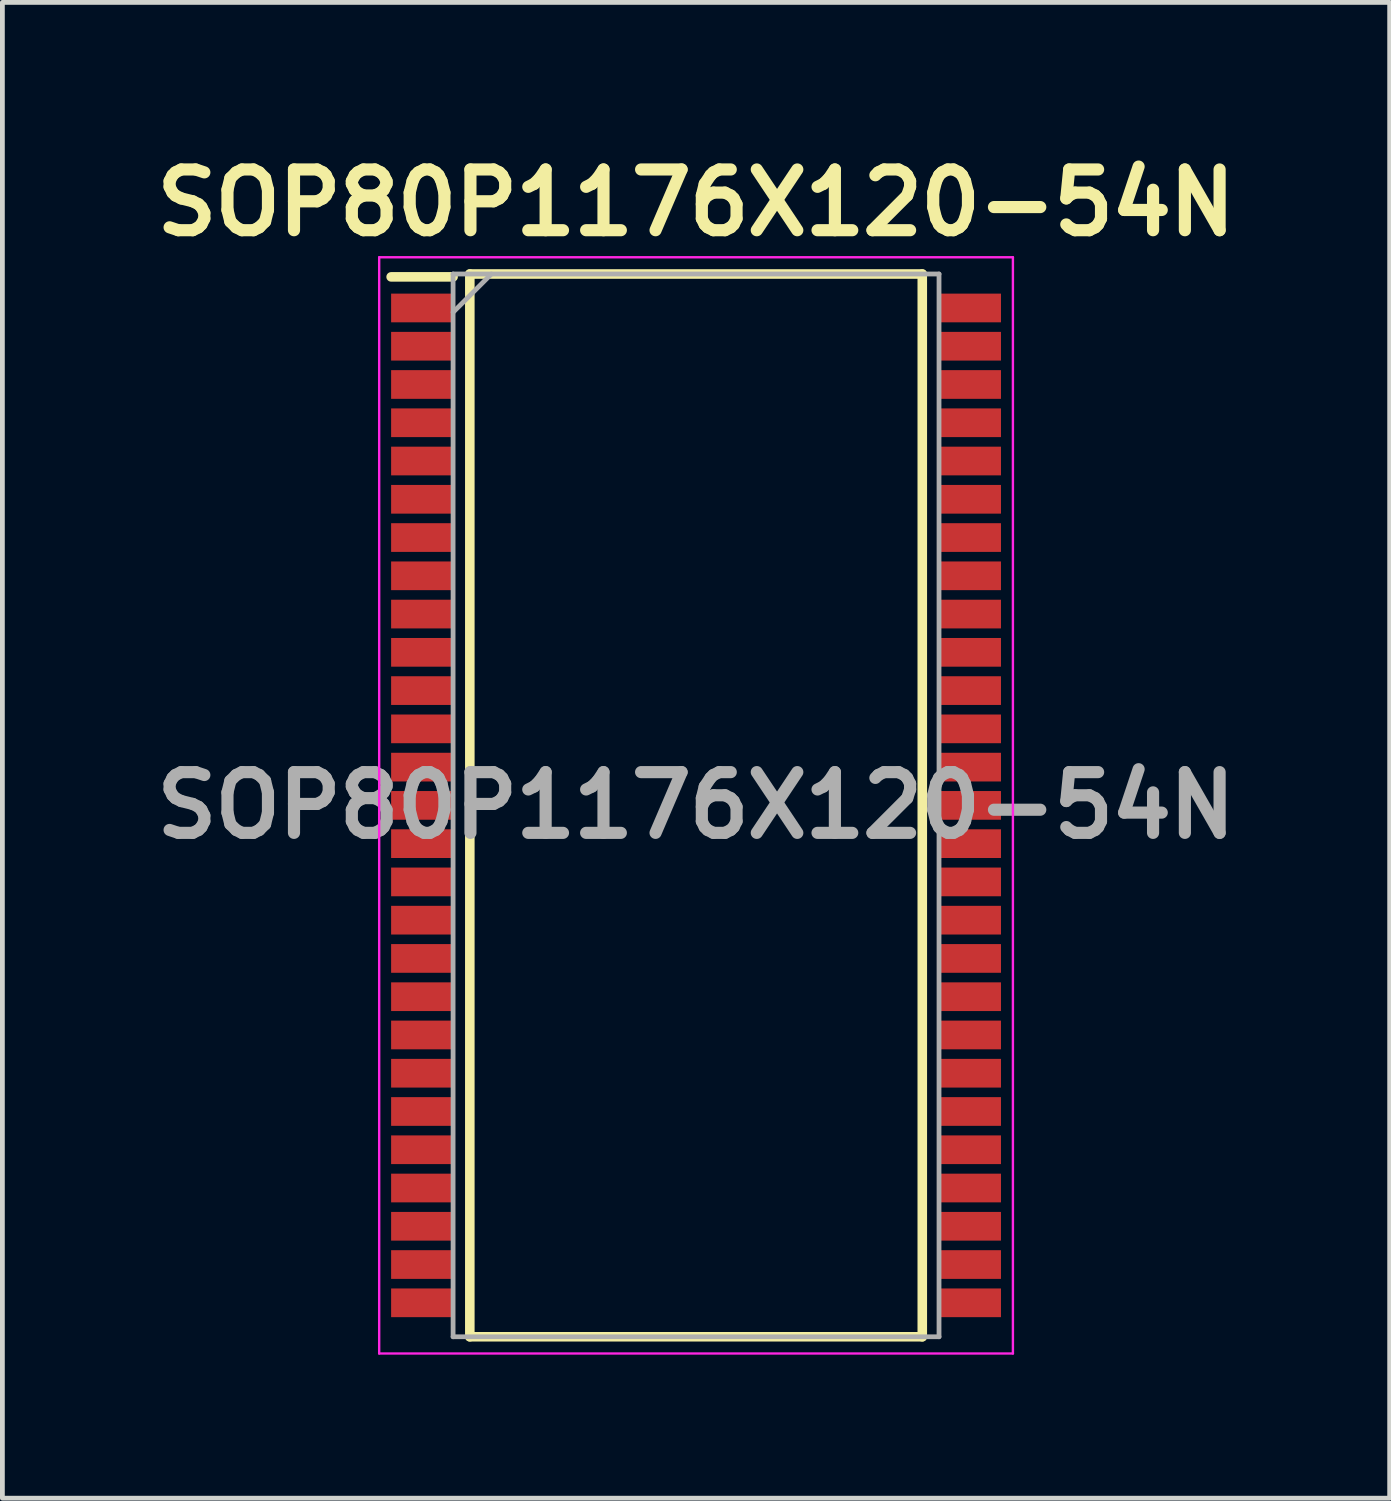
<source format=kicad_pcb>
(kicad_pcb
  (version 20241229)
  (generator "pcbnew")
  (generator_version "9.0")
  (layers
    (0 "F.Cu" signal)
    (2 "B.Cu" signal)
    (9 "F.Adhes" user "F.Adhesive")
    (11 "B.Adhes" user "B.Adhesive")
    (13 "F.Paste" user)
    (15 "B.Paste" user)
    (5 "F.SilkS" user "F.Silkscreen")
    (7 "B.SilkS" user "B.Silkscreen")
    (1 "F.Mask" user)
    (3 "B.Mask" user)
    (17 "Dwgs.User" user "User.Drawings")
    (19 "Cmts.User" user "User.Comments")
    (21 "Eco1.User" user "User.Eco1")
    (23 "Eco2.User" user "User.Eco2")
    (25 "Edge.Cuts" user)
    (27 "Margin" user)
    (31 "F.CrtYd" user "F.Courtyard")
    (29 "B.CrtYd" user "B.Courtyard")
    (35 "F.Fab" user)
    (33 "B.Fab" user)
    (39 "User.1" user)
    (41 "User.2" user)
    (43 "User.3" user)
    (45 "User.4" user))
  (footprint "SOP80P1176X120-54N"
    (layer "F.Cu")
    (at 11.503 13.789)
    (property "Reference" "SOP80P1176X120-54N" (at 0 -12.6 0) (layer "F.SilkS") (effects (font (size 1.27 1.27) (thickness 0.254))))
    (attr smd)
    (fp_line (start -6.375 -11.05) (end -5.08 -11.05) (stroke (width 0.2) (type solid)) (layer "F.SilkS"))
    (fp_line (start -4.73 -11.11) (end 4.73 -11.11) (stroke (width 0.2) (type solid)) (layer "F.SilkS"))
    (fp_line (start -4.73 11.11) (end -4.73 -11.11) (stroke (width 0.2) (type solid)) (layer "F.SilkS"))
    (fp_line (start 4.73 -11.11) (end 4.73 11.11) (stroke (width 0.2) (type solid)) (layer "F.SilkS"))
    (fp_line (start 4.73 11.11) (end -4.73 11.11) (stroke (width 0.2) (type solid)) (layer "F.SilkS"))
    (fp_line (start -6.625 -11.46) (end 6.625 -11.46) (stroke (width 0.05) (type solid)) (layer "F.CrtYd"))
    (fp_line (start -6.625 11.46) (end -6.625 -11.46) (stroke (width 0.05) (type solid)) (layer "F.CrtYd"))
    (fp_line (start 6.625 -11.46) (end 6.625 11.46) (stroke (width 0.05) (type solid)) (layer "F.CrtYd"))
    (fp_line (start 6.625 11.46) (end -6.625 11.46) (stroke (width 0.05) (type solid)) (layer "F.CrtYd"))
    (fp_line (start -5.08 -11.11) (end 5.08 -11.11) (stroke (width 0.1) (type solid)) (layer "F.Fab"))
    (fp_line (start -5.08 -10.31) (end -4.28 -11.11) (stroke (width 0.1) (type solid)) (layer "F.Fab"))
    (fp_line (start -5.08 11.11) (end -5.08 -11.11) (stroke (width 0.1) (type solid)) (layer "F.Fab"))
    (fp_line (start 5.08 -11.11) (end 5.08 11.11) (stroke (width 0.1) (type solid)) (layer "F.Fab"))
    (fp_line (start 5.08 11.11) (end -5.08 11.11) (stroke (width 0.1) (type solid)) (layer "F.Fab"))
    (fp_text user "${REFERENCE}" (at 0 0 0) (layer "F.Fab") (effects (font (size 1.27 1.27) (thickness 0.254))))
    (pad "1" smd rect (at -5.728 -10.4 90) (size 0.6 1.295) (layers "F.Cu" "F.Mask" "F.Paste"))
    (pad "2" smd rect (at -5.728 -9.6 90) (size 0.6 1.295) (layers "F.Cu" "F.Mask" "F.Paste"))
    (pad "3" smd rect (at -5.728 -8.8 90) (size 0.6 1.295) (layers "F.Cu" "F.Mask" "F.Paste"))
    (pad "4" smd rect (at -5.728 -8 90) (size 0.6 1.295) (layers "F.Cu" "F.Mask" "F.Paste"))
    (pad "5" smd rect (at -5.728 -7.2 90) (size 0.6 1.295) (layers "F.Cu" "F.Mask" "F.Paste"))
    (pad "6" smd rect (at -5.728 -6.4 90) (size 0.6 1.295) (layers "F.Cu" "F.Mask" "F.Paste"))
    (pad "7" smd rect (at -5.728 -5.6 90) (size 0.6 1.295) (layers "F.Cu" "F.Mask" "F.Paste"))
    (pad "8" smd rect (at -5.728 -4.8 90) (size 0.6 1.295) (layers "F.Cu" "F.Mask" "F.Paste"))
    (pad "9" smd rect (at -5.728 -4 90) (size 0.6 1.295) (layers "F.Cu" "F.Mask" "F.Paste"))
    (pad "10" smd rect (at -5.728 -3.2 90) (size 0.6 1.295) (layers "F.Cu" "F.Mask" "F.Paste"))
    (pad "11" smd rect (at -5.728 -2.4 90) (size 0.6 1.295) (layers "F.Cu" "F.Mask" "F.Paste"))
    (pad "12" smd rect (at -5.728 -1.6 90) (size 0.6 1.295) (layers "F.Cu" "F.Mask" "F.Paste"))
    (pad "13" smd rect (at -5.728 -0.8 90) (size 0.6 1.295) (layers "F.Cu" "F.Mask" "F.Paste"))
    (pad "14" smd rect (at -5.728 0 90) (size 0.6 1.295) (layers "F.Cu" "F.Mask" "F.Paste"))
    (pad "15" smd rect (at -5.728 0.8 90) (size 0.6 1.295) (layers "F.Cu" "F.Mask" "F.Paste"))
    (pad "16" smd rect (at -5.728 1.6 90) (size 0.6 1.295) (layers "F.Cu" "F.Mask" "F.Paste"))
    (pad "17" smd rect (at -5.728 2.4 90) (size 0.6 1.295) (layers "F.Cu" "F.Mask" "F.Paste"))
    (pad "18" smd rect (at -5.728 3.2 90) (size 0.6 1.295) (layers "F.Cu" "F.Mask" "F.Paste"))
    (pad "19" smd rect (at -5.728 4 90) (size 0.6 1.295) (layers "F.Cu" "F.Mask" "F.Paste"))
    (pad "20" smd rect (at -5.728 4.8 90) (size 0.6 1.295) (layers "F.Cu" "F.Mask" "F.Paste"))
    (pad "21" smd rect (at -5.728 5.6 90) (size 0.6 1.295) (layers "F.Cu" "F.Mask" "F.Paste"))
    (pad "22" smd rect (at -5.728 6.4 90) (size 0.6 1.295) (layers "F.Cu" "F.Mask" "F.Paste"))
    (pad "23" smd rect (at -5.728 7.2 90) (size 0.6 1.295) (layers "F.Cu" "F.Mask" "F.Paste"))
    (pad "24" smd rect (at -5.728 8 90) (size 0.6 1.295) (layers "F.Cu" "F.Mask" "F.Paste"))
    (pad "25" smd rect (at -5.728 8.8 90) (size 0.6 1.295) (layers "F.Cu" "F.Mask" "F.Paste"))
    (pad "26" smd rect (at -5.728 9.6 90) (size 0.6 1.295) (layers "F.Cu" "F.Mask" "F.Paste"))
    (pad "27" smd rect (at -5.728 10.4 90) (size 0.6 1.295) (layers "F.Cu" "F.Mask" "F.Paste"))
    (pad "28" smd rect (at 5.728 10.4 90) (size 0.6 1.295) (layers "F.Cu" "F.Mask" "F.Paste"))
    (pad "29" smd rect (at 5.728 9.6 90) (size 0.6 1.295) (layers "F.Cu" "F.Mask" "F.Paste"))
    (pad "30" smd rect (at 5.728 8.8 90) (size 0.6 1.295) (layers "F.Cu" "F.Mask" "F.Paste"))
    (pad "31" smd rect (at 5.728 8 90) (size 0.6 1.295) (layers "F.Cu" "F.Mask" "F.Paste"))
    (pad "32" smd rect (at 5.728 7.2 90) (size 0.6 1.295) (layers "F.Cu" "F.Mask" "F.Paste"))
    (pad "33" smd rect (at 5.728 6.4 90) (size 0.6 1.295) (layers "F.Cu" "F.Mask" "F.Paste"))
    (pad "34" smd rect (at 5.728 5.6 90) (size 0.6 1.295) (layers "F.Cu" "F.Mask" "F.Paste"))
    (pad "35" smd rect (at 5.728 4.8 90) (size 0.6 1.295) (layers "F.Cu" "F.Mask" "F.Paste"))
    (pad "36" smd rect (at 5.728 4 90) (size 0.6 1.295) (layers "F.Cu" "F.Mask" "F.Paste"))
    (pad "37" smd rect (at 5.728 3.2 90) (size 0.6 1.295) (layers "F.Cu" "F.Mask" "F.Paste"))
    (pad "38" smd rect (at 5.728 2.4 90) (size 0.6 1.295) (layers "F.Cu" "F.Mask" "F.Paste"))
    (pad "39" smd rect (at 5.728 1.6 90) (size 0.6 1.295) (layers "F.Cu" "F.Mask" "F.Paste"))
    (pad "40" smd rect (at 5.728 0.8 90) (size 0.6 1.295) (layers "F.Cu" "F.Mask" "F.Paste"))
    (pad "41" smd rect (at 5.728 0 90) (size 0.6 1.295) (layers "F.Cu" "F.Mask" "F.Paste"))
    (pad "42" smd rect (at 5.728 -0.8 90) (size 0.6 1.295) (layers "F.Cu" "F.Mask" "F.Paste"))
    (pad "43" smd rect (at 5.728 -1.6 90) (size 0.6 1.295) (layers "F.Cu" "F.Mask" "F.Paste"))
    (pad "44" smd rect (at 5.728 -2.4 90) (size 0.6 1.295) (layers "F.Cu" "F.Mask" "F.Paste"))
    (pad "45" smd rect (at 5.728 -3.2 90) (size 0.6 1.295) (layers "F.Cu" "F.Mask" "F.Paste"))
    (pad "46" smd rect (at 5.728 -4 90) (size 0.6 1.295) (layers "F.Cu" "F.Mask" "F.Paste"))
    (pad "47" smd rect (at 5.728 -4.8 90) (size 0.6 1.295) (layers "F.Cu" "F.Mask" "F.Paste"))
    (pad "48" smd rect (at 5.728 -5.6 90) (size 0.6 1.295) (layers "F.Cu" "F.Mask" "F.Paste"))
    (pad "49" smd rect (at 5.728 -6.4 90) (size 0.6 1.295) (layers "F.Cu" "F.Mask" "F.Paste"))
    (pad "50" smd rect (at 5.728 -7.2 90) (size 0.6 1.295) (layers "F.Cu" "F.Mask" "F.Paste"))
    (pad "51" smd rect (at 5.728 -8 90) (size 0.6 1.295) (layers "F.Cu" "F.Mask" "F.Paste"))
    (pad "52" smd rect (at 5.728 -8.8 90) (size 0.6 1.295) (layers "F.Cu" "F.Mask" "F.Paste"))
    (pad "53" smd rect (at 5.728 -9.6 90) (size 0.6 1.295) (layers "F.Cu" "F.Mask" "F.Paste"))
    (pad "54" smd rect (at 5.728 -10.4 90) (size 0.6 1.295) (layers "F.Cu" "F.Mask" "F.Paste")))
  (gr_rect
    (start -3 -3)
    (end 26.005 28.274)
    (stroke (width 0.1) (type default))
    (fill no)
    (layer "Edge.Cuts")))
</source>
